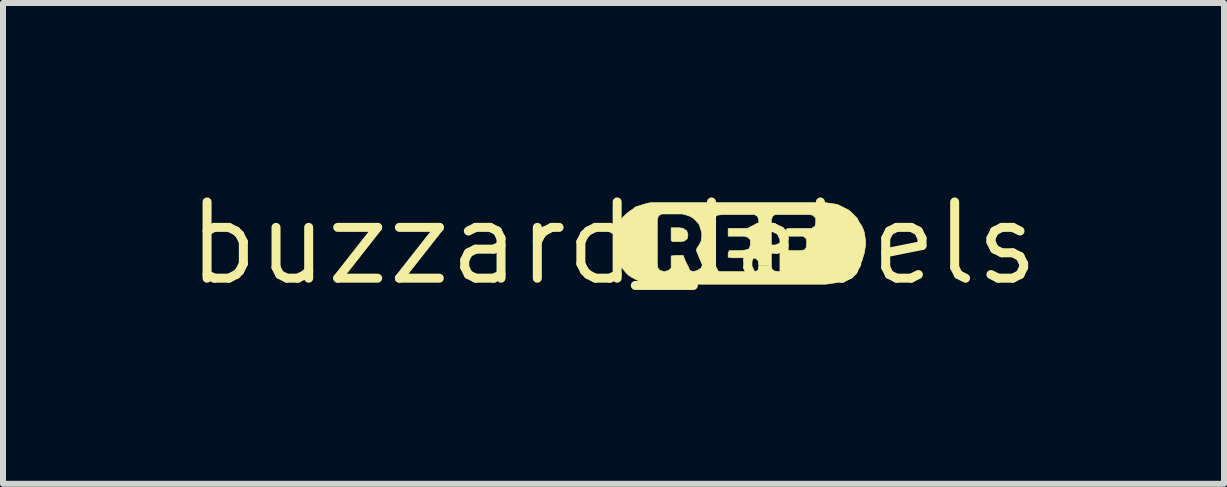
<source format=kicad_pcb>
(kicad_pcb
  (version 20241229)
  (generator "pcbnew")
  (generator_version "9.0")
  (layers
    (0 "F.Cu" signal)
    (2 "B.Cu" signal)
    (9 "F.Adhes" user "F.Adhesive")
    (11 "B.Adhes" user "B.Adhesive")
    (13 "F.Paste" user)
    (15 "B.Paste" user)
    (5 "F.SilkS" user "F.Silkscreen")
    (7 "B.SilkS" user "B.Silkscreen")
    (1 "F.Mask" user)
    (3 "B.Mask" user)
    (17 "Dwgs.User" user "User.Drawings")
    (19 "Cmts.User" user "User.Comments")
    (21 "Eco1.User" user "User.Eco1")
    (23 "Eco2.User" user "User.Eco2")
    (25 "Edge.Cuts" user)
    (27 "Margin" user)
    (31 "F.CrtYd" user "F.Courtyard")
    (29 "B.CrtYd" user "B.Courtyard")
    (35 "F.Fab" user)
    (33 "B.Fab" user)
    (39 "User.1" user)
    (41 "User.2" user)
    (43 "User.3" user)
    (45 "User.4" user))
  (footprint "buzzard_labels"
    (layer "F.Cu")
    (at 7.174 1.006)
    (property "Reference" "buzzard_labels" (at 0 0 0) (layer "F.SilkS") (effects (font (size 1.27 1.27) (thickness 0.15))))
    (attr exclude_from_pos_files exclude_from_bom)
    (fp_poly (pts (xy 0.98 -0.03) (xy 1.11 -0.03) (xy 1.18 -0.04) (xy 1.23 -0.08) (xy 1.24 -0.15) (xy 1.22 -0.21) (xy 1.16 -0.25) (xy 1.1 -0.26) (xy 0.96 -0.26) (xy 0.96 -0.05) (xy 0.98 -0.03)) (stroke (width 0.01) (type solid)) (fill yes) (layer "F.SilkS"))
    (fp_poly (pts (xy 0.63 -0.68) (xy 0.57 -0.67) (xy 0.5 -0.65) (xy 0.44 -0.63) (xy 0.37 -0.61) (xy 0.32 -0.57) (xy 0.26 -0.53) (xy 0.21 -0.49) (xy 0.16 -0.44) (xy 0.12 -0.39) (xy 0.08 -0.33) (xy 0.05 -0.27) (xy 0.03 -0.2) (xy 0.01 -0.14) (xy 0 -0.07) (xy 0 0) (xy 0 0.06) (xy 0.01 0.13) (xy 0.03 0.2) (xy 0.05 0.26) (xy 0.08 0.32) (xy 0.12 0.38) (xy 0.16 0.43) (xy 0.2 0.48) (xy 0.25 0.53) (xy 0.31 0.57) (xy 0.37 0.6) (xy 0.43 0.63) (xy 0.49 0.65) (xy 0.56 0.67) (xy 0.63 0.68) (xy 0.7 0.68) (xy 3.48 0.68) (xy 3.54 0.68) (xy 3.61 0.67) (xy 3.68 0.66) (xy 3.74 0.64) (xy 3.81 0.61) (xy 3.87 0.58) (xy 3.92 0.55) (xy 3.98 0.5) (xy 4.02 0.46) (xy 4.07 0.4) (xy 4.1 0.35) (xy 4.14 0.29) (xy 4.16 0.22) (xy 4.18 0.16) (xy 4.19 0.09) (xy 4.2 0.03) (xy 4.2 -0.04) (xy 4.19 -0.11) (xy 4.18 -0.18) (xy 4.16 -0.24) (xy 4.13 -0.3) (xy 4.09 -0.36) (xy 4.06 -0.42) (xy 4.01 -0.47) (xy 3.96 -0.52) (xy 3.91 -0.56) (xy 3.85 -0.59) (xy 3.79 -0.62) (xy 3.73 -0.65) (xy 3.66 -0.66) (xy 3.59 -0.67) (xy 3.53 -0.68) (xy 0.68 -0.68) (xy 0.75 -0.46) (xy 0.8 -0.49) (xy 0.88 -0.49) (xy 1.15 -0.49) (xy 1.22 -0.47) (xy 1.28 -0.45) (xy 1.34 -0.41) (xy 1.39 -0.36) (xy 1.43 -0.31) (xy 1.45 -0.24) (xy 1.47 -0.18) (xy 1.47 -0.11) (xy 1.46 -0.04) (xy 1.43 0.02) (xy 1.39 0.08) (xy 1.38 0.12) (xy 1.43 0.24) (xy 1.48 0.36) (xy 1.68 0.38) (xy 1.68 -0.37) (xy 1.69 -0.44) (xy 1.73 -0.47) (xy 1.81 -0.48) (xy 2.28 -0.48) (xy 2.35 -0.48) (xy 2.4 -0.45) (xy 2.42 -0.39) (xy 2.42 -0.3) (xy 2.38 -0.26) (xy 2.32 -0.25) (xy 1.91 -0.25) (xy 1.91 -0.19) (xy 1.91 -0.12) (xy 1.98 -0.12) (xy 2.18 -0.12) (xy 2.24 -0.1) (xy 2.28 -0.06) (xy 2.28 0.03) (xy 2.26 0.09) (xy 2.2 0.11) (xy 2.13 0.12) (xy 1.93 0.12) (xy 1.91 0.16) (xy 1.91 0.23) (xy 1.97 0.24) (xy 2.31 0.24) (xy 2.37 0.25) (xy 2.41 0.29) (xy 2.42 0.36) (xy 2.63 0.36) (xy 2.63 -0.39) (xy 2.65 -0.45) (xy 2.69 -0.48) (xy 2.77 -0.48) (xy 3.25 -0.48) (xy 3.26 -0.48) (xy 3.32 -0.47) (xy 3.37 -0.42) (xy 3.37 -0.35) (xy 3.36 -0.29) (xy 3.3 -0.25) (xy 2.9 -0.25) (xy 2.86 -0.22) (xy 2.86 -0.15) (xy 2.89 -0.12) (xy 3.16 -0.12) (xy 3.21 -0.08) (xy 3.22 -0.02) (xy 3.21 0.07) (xy 3.18 0.11) (xy 3.11 0.12) (xy 2.91 0.12) (xy 2.86 0.13) (xy 2.86 0.34) (xy 2.86 0.41) (xy 2.83 0.46) (xy 2.76 0.47) (xy 2.68 0.46) (xy 2.64 0.43) (xy 2.63 0.36) (xy 2.42 0.37) (xy 2.41 0.44) (xy 2.37 0.47) (xy 2.3 0.47) (xy 1.82 0.47) (xy 1.74 0.47) (xy 1.69 0.44) (xy 1.68 0.38) (xy 1.48 0.36) (xy 1.46 0.41) (xy 1.4 0.45) (xy 1.33 0.47) (xy 1.27 0.45) (xy 1.26 0.42) (xy 1.2 0.3) (xy 1.16 0.2) (xy 1.03 0.2) (xy 0.96 0.21) (xy 0.96 0.34) (xy 0.96 0.41) (xy 0.92 0.45) (xy 0.85 0.47) (xy 0.77 0.45) (xy 0.74 0.41) (xy 0.73 0.34) (xy 0.73 -0.4) (xy 0.75 -0.46) (xy 0.68 -0.68) (xy 0.63 -0.68)) (stroke (width 0.01) (type solid)) (fill yes) (layer "F.SilkS")))
  (gr_rect
    (start -3 -3)
    (end 17.347 5.012)
    (stroke (width 0.1) (type default))
    (fill no)
    (layer "Edge.Cuts")))
</source>
